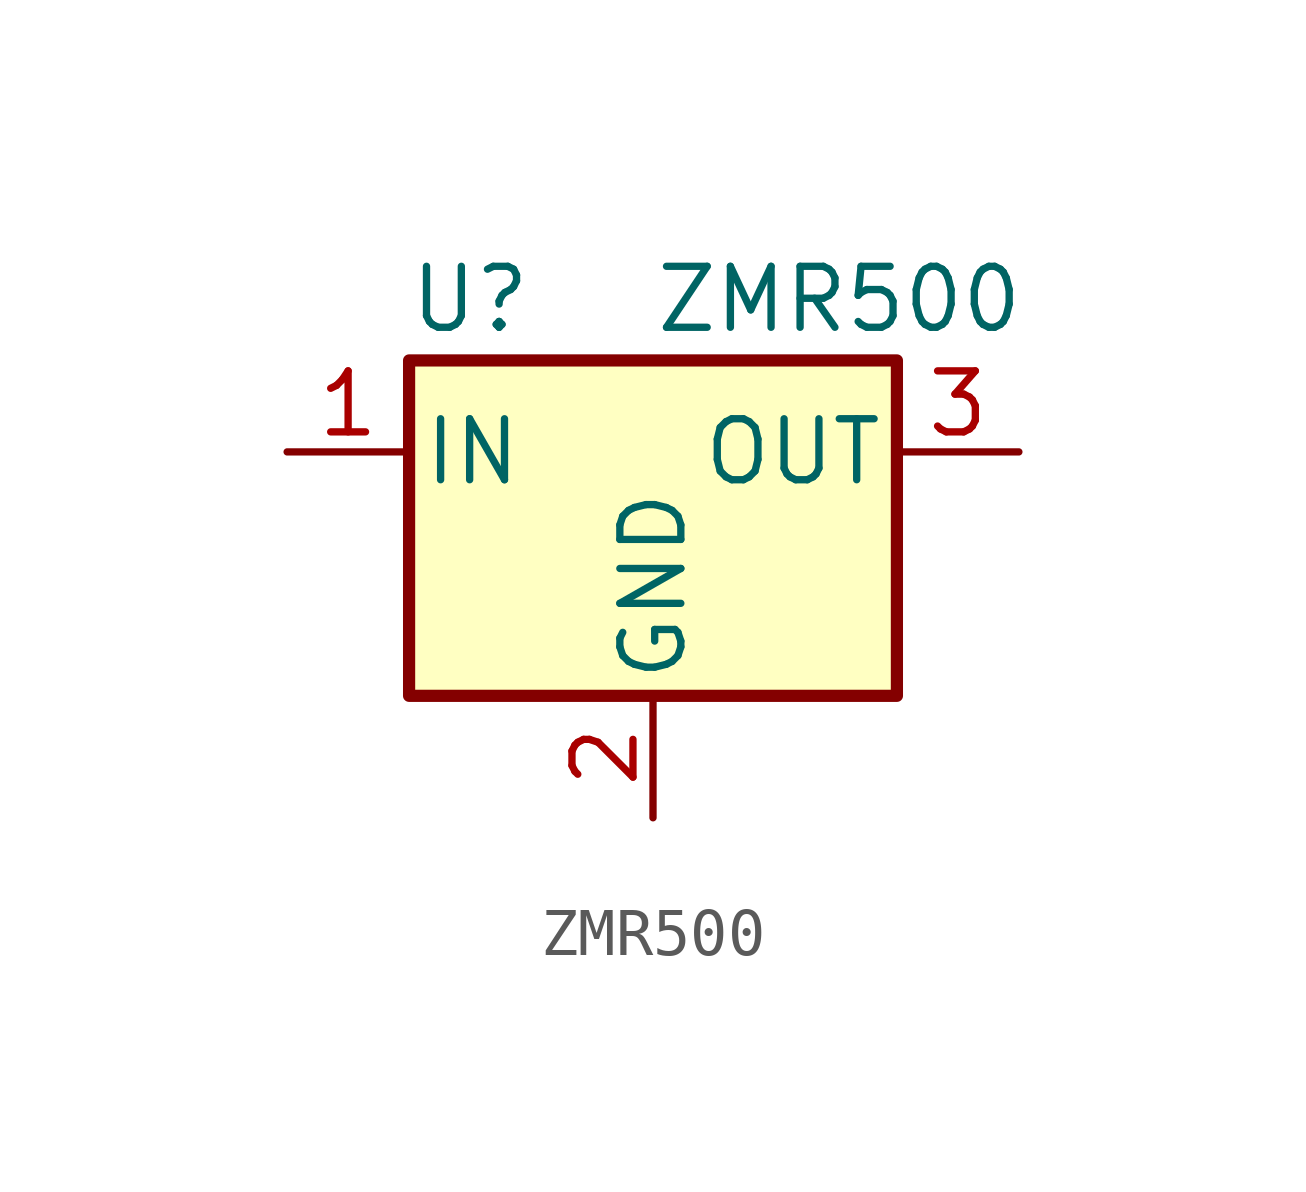
<source format=kicad_sym>
(kicad_symbol_lib
  (version 20231120)
  (generator "kicad_symbol_editor")
  (generator_version "8.0")
  (symbol "ZMR500"
    (pin_names
      (offset 0.254))
    (property "Reference" "U"
      (at -3.81 3.175 0)
      (effects (font (size 1.27 1.27))))
    (property "Value" "ZMR500"
      (at 0 3.175 0)
      (effects (font (size 1.27 1.27)) (justify left)))
    (symbol "ZMR500_0_1"
      (rectangle (start -5.08 1.905) (end 5.08 -5.08) (stroke (width 0.254) (type default)) (fill (type background))))
    (symbol "ZMR500_1_1"
      (pin passive line (at -7.62 0 0) (length 2.54) (name "IN" (effects (font (size 1.27 1.27)))) (number "1" (effects (font (size 1.27 1.27)))))
      (pin passive line (at 0 -7.62 90) (length 2.54) (name "GND" (effects (font (size 1.27 1.27)))) (number "2" (effects (font (size 1.27 1.27)))))
      (pin passive line (at 7.62 0 180) (length 2.54) (name "OUT" (effects (font (size 1.27 1.27)))) (number "3" (effects (font (size 1.27 1.27))))))))
</source>
